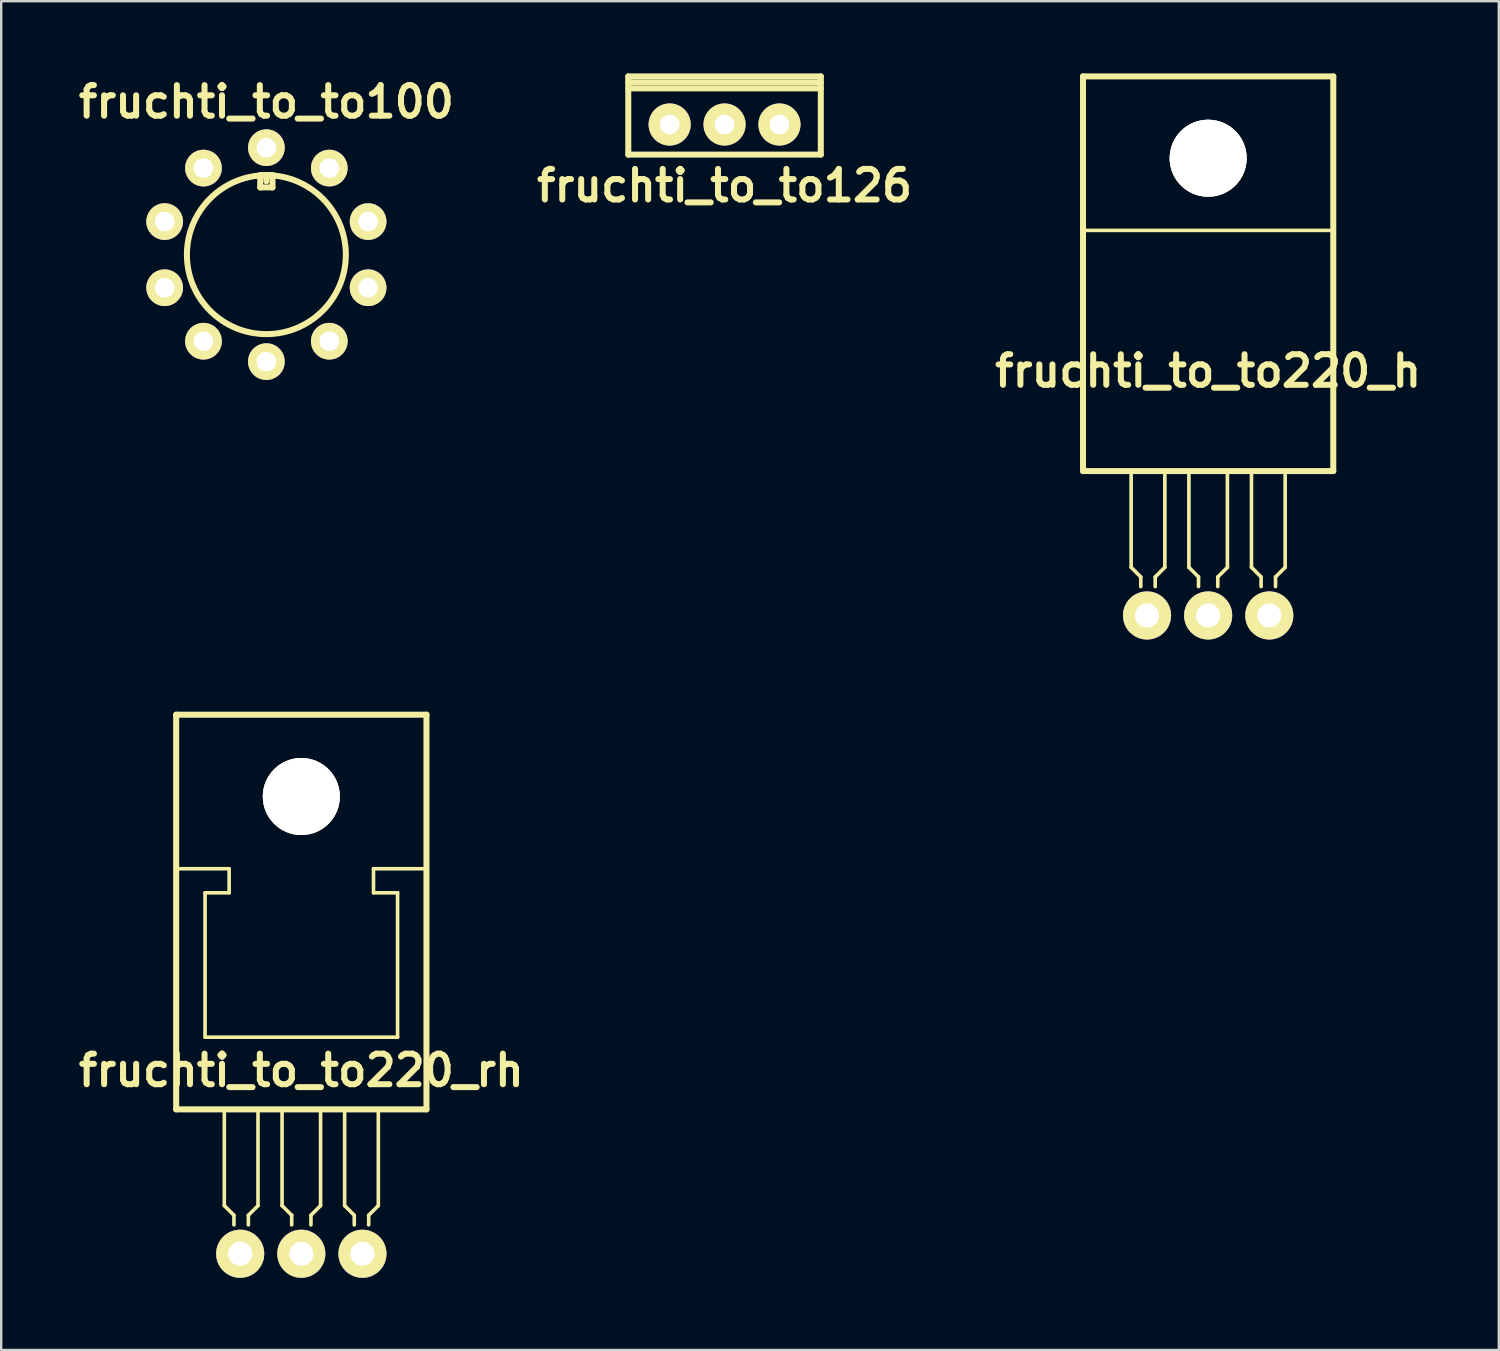
<source format=kicad_pcb>
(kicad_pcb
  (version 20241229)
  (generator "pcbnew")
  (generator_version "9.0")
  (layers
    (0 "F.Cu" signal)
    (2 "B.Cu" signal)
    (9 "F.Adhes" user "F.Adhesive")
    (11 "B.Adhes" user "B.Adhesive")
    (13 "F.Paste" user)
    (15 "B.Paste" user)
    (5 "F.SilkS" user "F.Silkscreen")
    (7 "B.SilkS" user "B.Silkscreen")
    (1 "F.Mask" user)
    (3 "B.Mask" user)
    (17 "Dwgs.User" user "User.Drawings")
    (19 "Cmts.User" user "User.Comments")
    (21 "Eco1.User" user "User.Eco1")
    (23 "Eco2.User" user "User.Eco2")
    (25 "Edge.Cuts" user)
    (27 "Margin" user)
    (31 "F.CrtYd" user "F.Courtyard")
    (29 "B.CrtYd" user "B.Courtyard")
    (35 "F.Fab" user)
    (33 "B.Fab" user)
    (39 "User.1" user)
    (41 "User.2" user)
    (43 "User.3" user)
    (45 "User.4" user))
  (footprint "fruchti_to_to220_rh"
    (layer "F.Cu")
    (at 9.471 49.049)
    (property "Reference" "fruchti_to_to220_rh" (at 0 -7.62 0) (layer "F.SilkS") (effects (font (size 1.27 1.27) (thickness 0.25))))
    (attr through_hole)
    (fp_line (start -5.2 -22.4) (end 5.2 -22.4) (stroke (width 0.25) (type solid)) (layer "F.SilkS"))
    (fp_line (start -5.2 -6) (end -5.2 -22.4) (stroke (width 0.25) (type solid)) (layer "F.SilkS"))
    (fp_line (start -4 -15) (end -4 -9) (stroke (width 0.15) (type solid)) (layer "F.SilkS"))
    (fp_line (start -4 -15) (end -3 -15) (stroke (width 0.15) (type solid)) (layer "F.SilkS"))
    (fp_line (start -3.2 -6) (end -3.2 -2) (stroke (width 0.15) (type solid)) (layer "F.SilkS"))
    (fp_line (start -3.2 -2) (end -2.8 -1.6) (stroke (width 0.15) (type solid)) (layer "F.SilkS"))
    (fp_line (start -3 -16) (end -5.2 -16) (stroke (width 0.15) (type solid)) (layer "F.SilkS"))
    (fp_line (start -3 -15) (end -3 -16) (stroke (width 0.15) (type solid)) (layer "F.SilkS"))
    (fp_line (start -2.8 -1.6) (end -2.8 -1.2) (stroke (width 0.15) (type solid)) (layer "F.SilkS"))
    (fp_line (start -2.2 -1.6) (end -2.2 -1.2) (stroke (width 0.15) (type solid)) (layer "F.SilkS"))
    (fp_line (start -1.8 -6) (end -1.8 -2) (stroke (width 0.15) (type solid)) (layer "F.SilkS"))
    (fp_line (start -1.8 -2) (end -2.2 -1.6) (stroke (width 0.15) (type solid)) (layer "F.SilkS"))
    (fp_line (start -0.8 -6) (end -0.8 -2) (stroke (width 0.15) (type solid)) (layer "F.SilkS"))
    (fp_line (start -0.8 -2) (end -0.4 -1.6) (stroke (width 0.15) (type solid)) (layer "F.SilkS"))
    (fp_line (start -0.4 -1.6) (end -0.4 -1.2) (stroke (width 0.15) (type solid)) (layer "F.SilkS"))
    (fp_line (start 0.4 -1.6) (end 0.4 -1.2) (stroke (width 0.15) (type solid)) (layer "F.SilkS"))
    (fp_line (start 0.8 -6) (end 0.8 -2) (stroke (width 0.15) (type solid)) (layer "F.SilkS"))
    (fp_line (start 0.8 -2) (end 0.4 -1.6) (stroke (width 0.15) (type solid)) (layer "F.SilkS"))
    (fp_line (start 1.8 -2) (end 1.8 -6) (stroke (width 0.15) (type solid)) (layer "F.SilkS"))
    (fp_line (start 1.8 -2) (end 2.2 -1.6) (stroke (width 0.15) (type solid)) (layer "F.SilkS"))
    (fp_line (start 2.2 -1.6) (end 2.2 -1.2) (stroke (width 0.15) (type solid)) (layer "F.SilkS"))
    (fp_line (start 2.8 -1.6) (end 2.8 -1.2) (stroke (width 0.15) (type solid)) (layer "F.SilkS"))
    (fp_line (start 3 -16) (end 5.2 -16) (stroke (width 0.15) (type solid)) (layer "F.SilkS"))
    (fp_line (start 3 -15) (end 3 -16) (stroke (width 0.15) (type solid)) (layer "F.SilkS"))
    (fp_line (start 3.2 -2) (end 2.8 -1.6) (stroke (width 0.15) (type solid)) (layer "F.SilkS"))
    (fp_line (start 3.2 -2) (end 3.2 -6) (stroke (width 0.15) (type solid)) (layer "F.SilkS"))
    (fp_line (start 4 -15) (end 3 -15) (stroke (width 0.15) (type solid)) (layer "F.SilkS"))
    (fp_line (start 4 -9) (end -4 -9) (stroke (width 0.15) (type solid)) (layer "F.SilkS"))
    (fp_line (start 4 -9) (end 4 -15) (stroke (width 0.15) (type solid)) (layer "F.SilkS"))
    (fp_line (start 5.2 -22.4) (end 5.2 -6) (stroke (width 0.25) (type solid)) (layer "F.SilkS"))
    (fp_line (start 5.2 -6) (end -5.2 -6) (stroke (width 0.25) (type solid)) (layer "F.SilkS"))
    (pad "1" thru_hole circle (at 2.54 0) (size 1.999 1.999) (drill 1.001) (layers "*.Cu" "*.Mask" "F.SilkS"))
    (pad "2" thru_hole circle (at 0 0) (size 1.999 1.999) (drill 1.001) (layers "*.Cu" "*.Mask" "F.SilkS"))
    (pad "3" thru_hole circle (at -2.54 0) (size 1.999 1.999) (drill 1.001) (layers "*.Cu" "*.Mask" "F.SilkS"))
    (pad "T" thru_hole circle (at 0 -19) (size 3.2 3.2) (drill 3.2) (layers "*.Cu" "*.Mask" "F.SilkS")))
  (footprint "fruchti_to_to220_h"
    (layer "F.Cu")
    (at 47.154 22.525)
    (property "Reference" "fruchti_to_to220_h" (at 0 -10.16 0) (layer "F.SilkS") (effects (font (size 1.27 1.27) (thickness 0.25))))
    (attr through_hole)
    (fp_line (start -5.2 -22.4) (end 5.2 -22.4) (stroke (width 0.25) (type solid)) (layer "F.SilkS"))
    (fp_line (start -5.2 -6) (end -5.2 -22.4) (stroke (width 0.25) (type solid)) (layer "F.SilkS"))
    (fp_line (start -3.2 -6) (end -3.2 -2) (stroke (width 0.15) (type solid)) (layer "F.SilkS"))
    (fp_line (start -3.2 -2) (end -2.8 -1.6) (stroke (width 0.15) (type solid)) (layer "F.SilkS"))
    (fp_line (start -2.8 -1.6) (end -2.8 -1.2) (stroke (width 0.15) (type solid)) (layer "F.SilkS"))
    (fp_line (start -2.2 -1.6) (end -2.2 -1.2) (stroke (width 0.15) (type solid)) (layer "F.SilkS"))
    (fp_line (start -1.8 -6) (end -1.8 -2) (stroke (width 0.15) (type solid)) (layer "F.SilkS"))
    (fp_line (start -1.8 -2) (end -2.2 -1.6) (stroke (width 0.15) (type solid)) (layer "F.SilkS"))
    (fp_line (start -0.8 -6) (end -0.8 -2) (stroke (width 0.15) (type solid)) (layer "F.SilkS"))
    (fp_line (start -0.8 -2) (end -0.4 -1.6) (stroke (width 0.15) (type solid)) (layer "F.SilkS"))
    (fp_line (start -0.4 -1.6) (end -0.4 -1.2) (stroke (width 0.15) (type solid)) (layer "F.SilkS"))
    (fp_line (start 0.4 -1.6) (end 0.4 -1.2) (stroke (width 0.15) (type solid)) (layer "F.SilkS"))
    (fp_line (start 0.8 -6) (end 0.8 -2) (stroke (width 0.15) (type solid)) (layer "F.SilkS"))
    (fp_line (start 0.8 -2) (end 0.4 -1.6) (stroke (width 0.15) (type solid)) (layer "F.SilkS"))
    (fp_line (start 1.8 -2) (end 1.8 -6) (stroke (width 0.15) (type solid)) (layer "F.SilkS"))
    (fp_line (start 1.8 -2) (end 2.2 -1.6) (stroke (width 0.15) (type solid)) (layer "F.SilkS"))
    (fp_line (start 2.2 -1.6) (end 2.2 -1.2) (stroke (width 0.15) (type solid)) (layer "F.SilkS"))
    (fp_line (start 2.8 -1.6) (end 2.8 -1.2) (stroke (width 0.15) (type solid)) (layer "F.SilkS"))
    (fp_line (start 3.2 -2) (end 2.8 -1.6) (stroke (width 0.15) (type solid)) (layer "F.SilkS"))
    (fp_line (start 3.2 -2) (end 3.2 -6) (stroke (width 0.15) (type solid)) (layer "F.SilkS"))
    (fp_line (start 5.2 -22.4) (end 5.2 -6) (stroke (width 0.25) (type solid)) (layer "F.SilkS"))
    (fp_line (start 5.2 -16) (end -5.2 -16) (stroke (width 0.15) (type solid)) (layer "F.SilkS"))
    (fp_line (start 5.2 -6) (end -5.2 -6) (stroke (width 0.25) (type solid)) (layer "F.SilkS"))
    (pad "1" thru_hole circle (at -2.54 0) (size 1.999 1.999) (drill 1.001) (layers "*.Cu" "*.Mask" "F.SilkS"))
    (pad "2" thru_hole circle (at 0 0) (size 1.999 1.999) (drill 1.001) (layers "*.Cu" "*.Mask" "F.SilkS"))
    (pad "3" thru_hole circle (at 2.54 0) (size 1.999 1.999) (drill 1.001) (layers "*.Cu" "*.Mask" "F.SilkS"))
    (pad "T" thru_hole circle (at 0 -19) (size 3.2 3.2) (drill 3.2) (layers "*.Cu" "*.Mask" "F.SilkS")))
  (footprint "fruchti_to_to100"
    (layer "F.Cu")
    (at 8.019 7.532)
    (property "Reference" "fruchti_to_to100" (at 0 -6.35 0) (layer "F.SilkS") (effects (font (size 1.27 1.27) (thickness 0.25))))
    (attr through_hole)
    (fp_line (start -0.254 -3.302) (end -0.254 -2.794) (stroke (width 0.25) (type solid)) (layer "F.SilkS"))
    (fp_line (start -0.254 -2.794) (end 0.254 -2.794) (stroke (width 0.25) (type solid)) (layer "F.SilkS"))
    (fp_line (start 0 -3.048) (end 0 -3.302) (stroke (width 0.25) (type solid)) (layer "F.SilkS"))
    (fp_line (start 0.254 -3.302) (end -0.254 -3.302) (stroke (width 0.25) (type solid)) (layer "F.SilkS"))
    (fp_line (start 0.254 -3.302) (end 0 -3.302) (stroke (width 0.25) (type solid)) (layer "F.SilkS"))
    (fp_line (start 0.254 -2.794) (end 0.254 -3.302) (stroke (width 0.25) (type solid)) (layer "F.SilkS"))
    (fp_circle (center 0 0) (end 3.302 0) (stroke (width 0.25) (type solid)) (fill no) (layer "F.SilkS"))
    (pad "1" thru_hole circle (at -2.614 -3.597) (size 1.524 1.524) (drill 0.813) (layers "*.Cu" "*.Mask" "F.SilkS"))
    (pad "2" thru_hole circle (at -4.227 -1.374) (size 1.524 1.524) (drill 0.813) (layers "*.Cu" "*.Mask" "F.SilkS"))
    (pad "3" thru_hole circle (at -4.227 1.374) (size 1.524 1.524) (drill 0.813) (layers "*.Cu" "*.Mask" "F.SilkS"))
    (pad "4" thru_hole circle (at -2.614 3.597) (size 1.524 1.524) (drill 0.813) (layers "*.Cu" "*.Mask" "F.SilkS"))
    (pad "5" thru_hole circle (at 0 4.445) (size 1.524 1.524) (drill 0.813) (layers "*.Cu" "*.Mask" "F.SilkS"))
    (pad "6" thru_hole circle (at 2.614 3.597) (size 1.524 1.524) (drill 0.813) (layers "*.Cu" "*.Mask" "F.SilkS"))
    (pad "7" thru_hole circle (at 4.227 1.374) (size 1.524 1.524) (drill 0.813) (layers "*.Cu" "*.Mask" "F.SilkS"))
    (pad "8" thru_hole circle (at 4.227 -1.374) (size 1.524 1.524) (drill 0.813) (layers "*.Cu" "*.Mask" "F.SilkS"))
    (pad "9" thru_hole circle (at 2.614 -3.597) (size 1.524 1.524) (drill 0.813) (layers "*.Cu" "*.Mask" "F.SilkS"))
    (pad "10" thru_hole circle (at 0 -4.445) (size 1.524 1.524) (drill 0.813) (layers "*.Cu" "*.Mask" "F.SilkS")))
  (footprint "fruchti_to_to126"
    (layer "F.Cu")
    (at 27.058 2.124)
    (property "Reference" "fruchti_to_to126" (at 0 2.54 0) (layer "F.SilkS") (effects (font (size 1.27 1.27) (thickness 0.25))))
    (attr through_hole)
    (fp_line (start -4 -1.999) (end 4 -1.999) (stroke (width 0.25) (type solid)) (layer "F.SilkS"))
    (fp_line (start -4 -1.75) (end 4 -1.75) (stroke (width 0.25) (type solid)) (layer "F.SilkS"))
    (fp_line (start -4 -1.501) (end 4 -1.501) (stroke (width 0.25) (type solid)) (layer "F.SilkS"))
    (fp_line (start -4 1.25) (end -4 -1.999) (stroke (width 0.25) (type solid)) (layer "F.SilkS"))
    (fp_line (start -4 1.25) (end 4 1.25) (stroke (width 0.25) (type solid)) (layer "F.SilkS"))
    (fp_line (start 4 1.25) (end 4 -1.999) (stroke (width 0.25) (type solid)) (layer "F.SilkS"))
    (pad "1" thru_hole circle (at -2.281 0) (size 1.75 1.75) (drill 0.813) (layers "*.Cu" "*.Mask" "F.SilkS"))
    (pad "2" thru_hole circle (at 0 0) (size 1.75 1.75) (drill 0.813) (layers "*.Cu" "*.Mask" "F.SilkS"))
    (pad "3" thru_hole circle (at 2.281 0) (size 1.75 1.75) (drill 0.813) (layers "*.Cu" "*.Mask" "F.SilkS")))
  (gr_rect
    (start -3 -3)
    (end 59.232 53.049)
    (stroke (width 0.1) (type default))
    (fill no)
    (layer "Edge.Cuts")))
</source>
